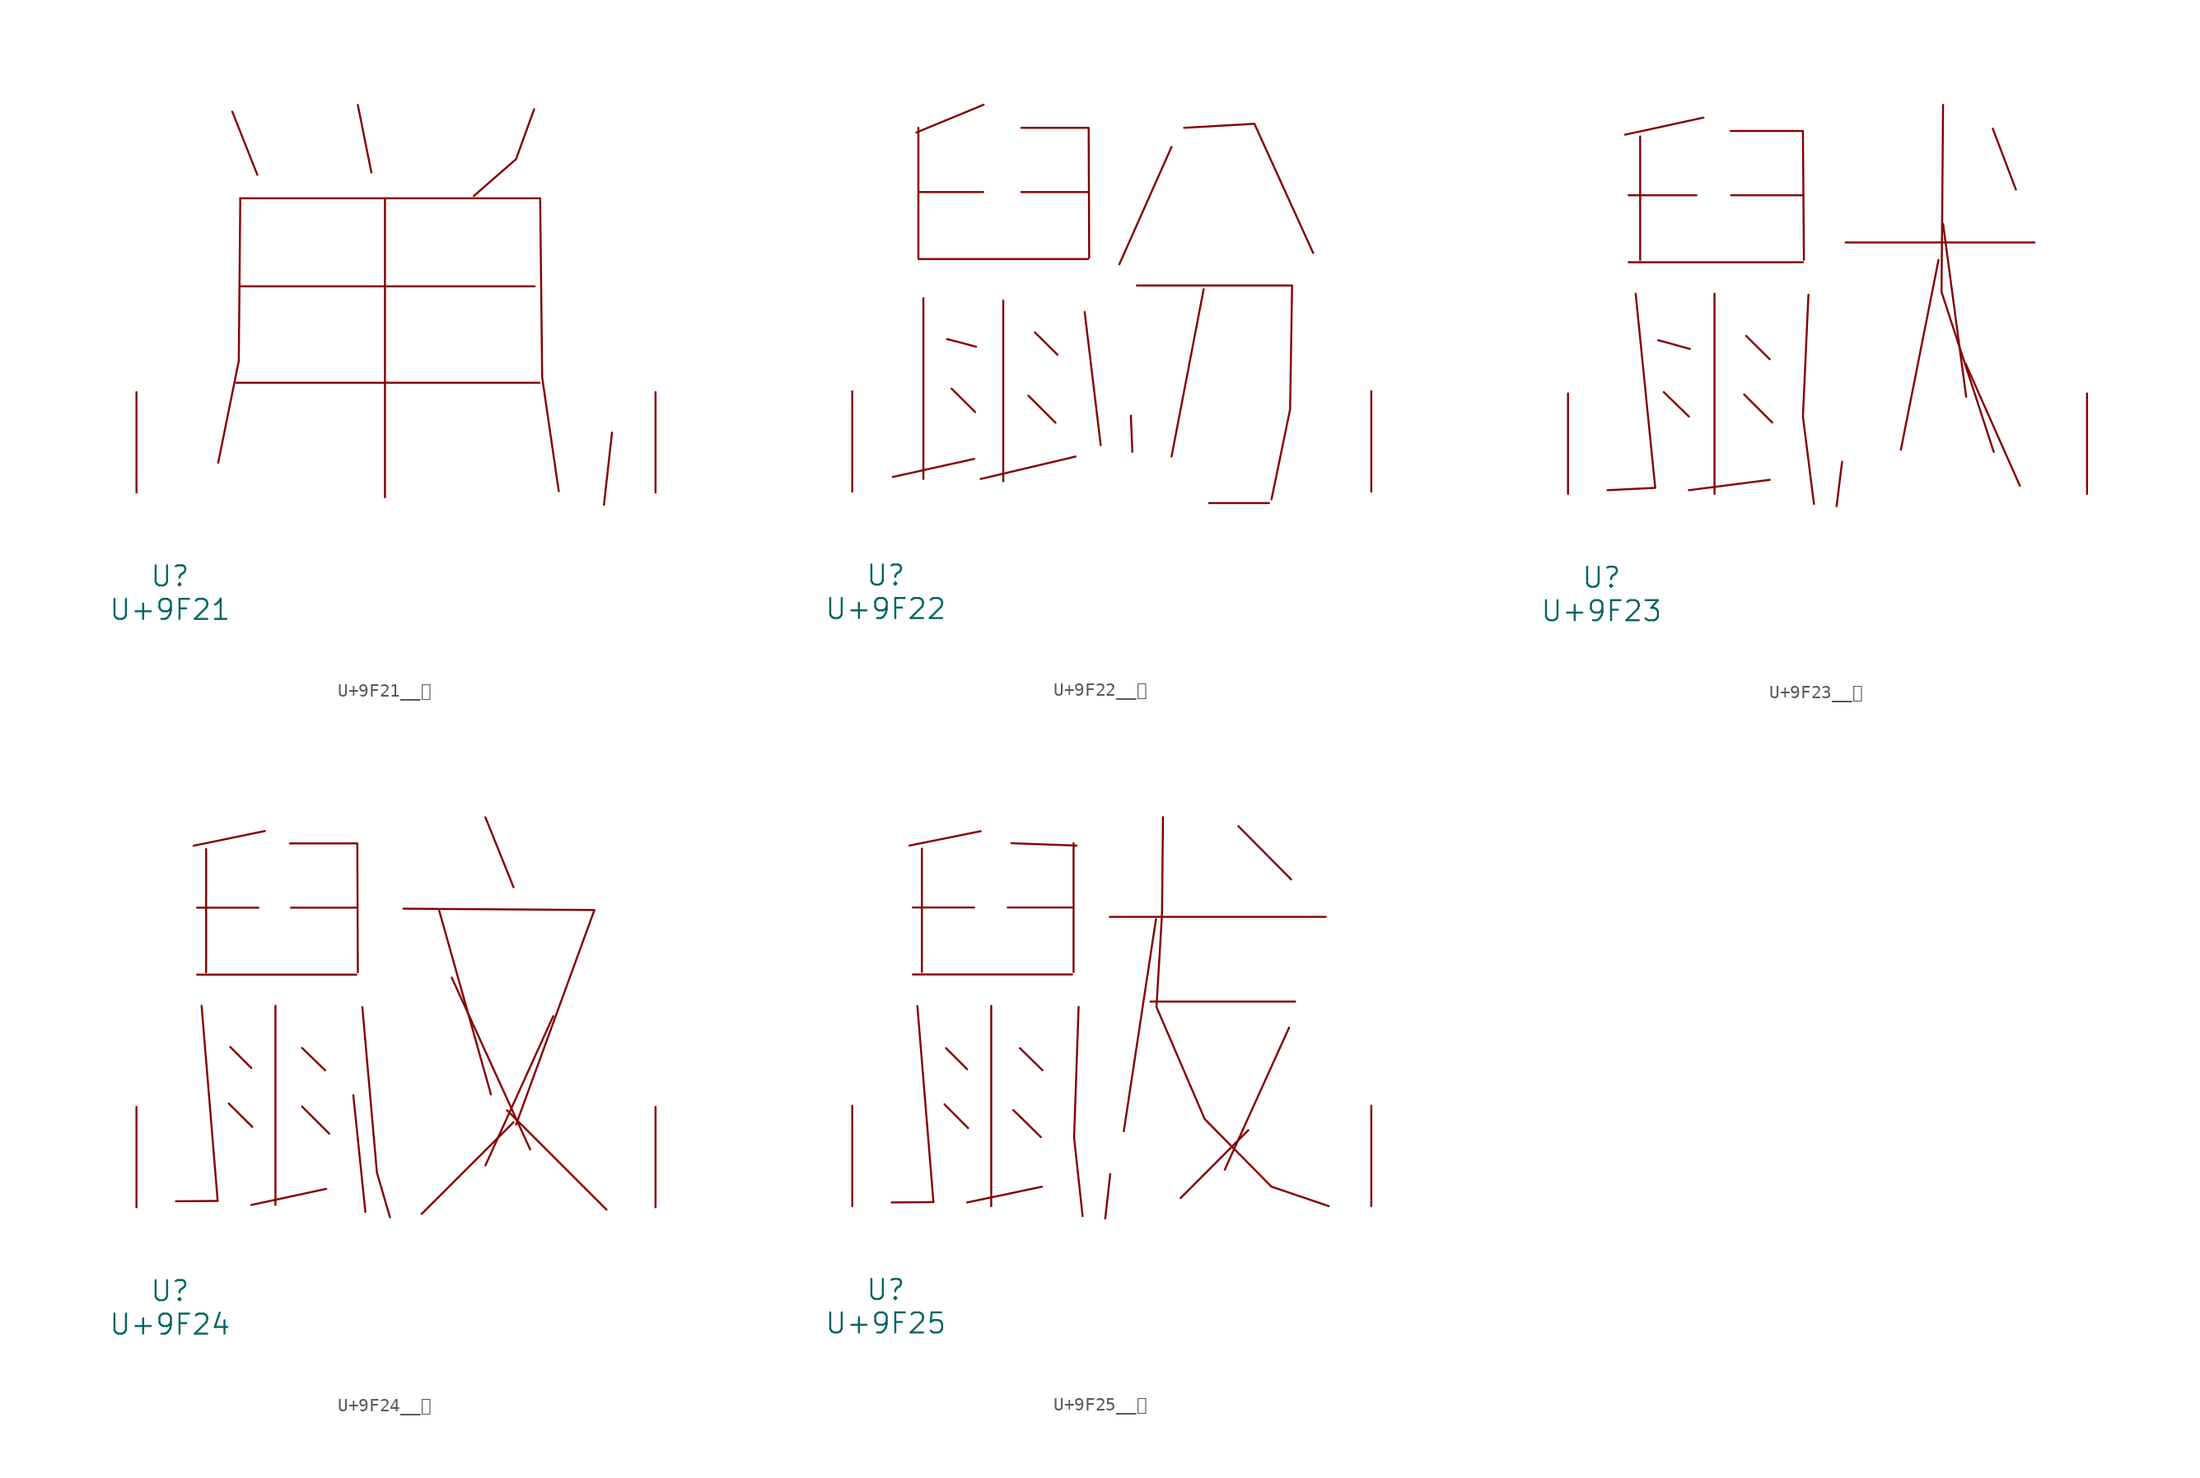
<source format=kicad_sym>
(kicad_symbol_lib
  (version 20231120)
  (generator "kicad_symbol_editor")
  (generator_version "8.0")
  (symbol "U+9F21__鼡"
    (pin_names
      (offset 1.016))
    (property "Reference" "U"
      (at 0 -6.35 0)
      (effects (font (size 1.524 1.524))))
    (property "Value" "U+9F21"
      (at 0 -8.89 0)
      (effects (font (size 1.524 1.524))))
    (symbol "U+9F21__鼡_0_1"
      (polyline (pts (xy 4.724 28.905) (xy 6.629 24.105)) (stroke (width 0) (type solid)) (fill (type none)))
      (polyline (pts (xy 5.029 8.331) (xy 28.042 8.331)) (stroke (width 0) (type solid)) (fill (type none)))
      (polyline (pts (xy 5.334 15.646) (xy 27.661 15.646)) (stroke (width 0) (type solid)) (fill (type none)))
      (polyline (pts (xy 14.249 29.413) (xy 15.278 24.282)) (stroke (width 0) (type solid)) (fill (type none)))
      (polyline (pts (xy 16.307 22.327) (xy 16.307 -0.356)) (stroke (width 0) (type solid)) (fill (type none)))
      (polyline (pts (xy 33.528 4.547) (xy 32.918 -0.94)) (stroke (width 0) (type solid)) (fill (type none)))
      (polyline (pts (xy 5.334 22.327) (xy 5.22 9.982) (xy 3.658 2.261)) (stroke (width 0) (type solid)) (fill (type none)))
      (polyline (pts (xy 27.622 29.083) (xy 26.251 25.298) (xy 23.05 22.504)) (stroke (width 0) (type solid)) (fill (type none)))
      (polyline (pts (xy 5.334 22.327) (xy 28.08 22.327) (xy 28.232 8.738) (xy 29.489 0.102)) (stroke (width 0) (type solid)) (fill (type none)))
      (pin input line (at -2.54 0 90) (length 7.62) (name "~" (effects (font (size 1.27 1.27)))) (number "~" (effects (font (size 1.27 1.27)))))
      (pin input line (at 36.83 0 90) (length 7.62) (name "~" (effects (font (size 1.27 1.27)))) (number "~" (effects (font (size 1.27 1.27)))))))
  (symbol "U+9F22__鼢"
    (pin_names
      (offset 1.016))
    (property "Reference" "U"
      (at 0 -6.35 0)
      (effects (font (size 1.524 1.524))))
    (property "Value" "U+9F22"
      (at 0 -8.89 0)
      (effects (font (size 1.524 1.524))))
    (symbol "U+9F22__鼢_0_1"
      (polyline (pts (xy 2.477 17.653) (xy 15.354 17.653)) (stroke (width 0) (type solid)) (fill (type none)))
      (polyline (pts (xy 2.477 22.733) (xy 7.391 22.733)) (stroke (width 0) (type solid)) (fill (type none)))
      (polyline (pts (xy 2.477 27.61) (xy 2.477 17.755)) (stroke (width 0) (type solid)) (fill (type none)))
      (polyline (pts (xy 2.857 14.681) (xy 2.857 0.965)) (stroke (width 0) (type solid)) (fill (type none)))
      (polyline (pts (xy 4.648 11.582) (xy 6.858 10.998)) (stroke (width 0) (type solid)) (fill (type none)))
      (polyline (pts (xy 4.991 7.823) (xy 6.782 6.045)) (stroke (width 0) (type solid)) (fill (type none)))
      (polyline (pts (xy 6.706 2.489) (xy 0.533 1.118)) (stroke (width 0) (type solid)) (fill (type none)))
      (polyline (pts (xy 7.429 29.362) (xy 2.324 27.254)) (stroke (width 0) (type solid)) (fill (type none)))
      (polyline (pts (xy 8.915 14.503) (xy 8.915 0.787)) (stroke (width 0) (type solid)) (fill (type none)))
      (polyline (pts (xy 10.287 22.733) (xy 15.354 22.733)) (stroke (width 0) (type solid)) (fill (type none)))
      (polyline (pts (xy 10.82 7.29) (xy 12.878 5.232)) (stroke (width 0) (type solid)) (fill (type none)))
      (polyline (pts (xy 11.316 12.09) (xy 13.03 10.389)) (stroke (width 0) (type solid)) (fill (type none)))
      (polyline (pts (xy 14.402 2.667) (xy 7.201 0.965)) (stroke (width 0) (type solid)) (fill (type none)))
      (polyline (pts (xy 15.088 13.64) (xy 16.307 3.531)) (stroke (width 0) (type solid)) (fill (type none)))
      (polyline (pts (xy 18.593 5.766) (xy 18.707 3.023)) (stroke (width 0) (type solid)) (fill (type none)))
      (polyline (pts (xy 21.679 26.162) (xy 17.716 17.247)) (stroke (width 0) (type solid)) (fill (type none)))
      (polyline (pts (xy 24.117 15.367) (xy 21.679 2.667)) (stroke (width 0) (type solid)) (fill (type none)))
      (polyline (pts (xy 24.536 -0.864) (xy 29.07 -0.864)) (stroke (width 0) (type solid)) (fill (type none)))
      (polyline (pts (xy 10.287 27.61) (xy 15.392 27.61) (xy 15.431 17.755)) (stroke (width 0) (type solid)) (fill (type none)))
      (polyline (pts (xy 22.631 27.61) (xy 27.965 27.915) (xy 32.423 18.11)) (stroke (width 0) (type solid)) (fill (type none)))
      (polyline (pts (xy 19.05 15.646) (xy 30.823 15.646) (xy 30.671 6.248) (xy 29.261 -0.584)) (stroke (width 0) (type solid)) (fill (type none)))
      (pin input line (at -2.54 0 90) (length 7.62) (name "~" (effects (font (size 1.27 1.27)))) (number "~" (effects (font (size 1.27 1.27)))))
      (pin input line (at 36.83 0 90) (length 7.62) (name "~" (effects (font (size 1.27 1.27)))) (number "~" (effects (font (size 1.27 1.27)))))))
  (symbol "U+9F23__鼣"
    (pin_names
      (offset 1.016))
    (property "Reference" "U"
      (at 0 -6.35 0)
      (effects (font (size 1.524 1.524))))
    (property "Value" "U+9F23"
      (at 0 -8.89 0)
      (effects (font (size 1.524 1.524))))
    (symbol "U+9F23__鼣_0_1"
      (polyline (pts (xy 2.057 17.577) (xy 15.278 17.577)) (stroke (width 0) (type solid)) (fill (type none)))
      (polyline (pts (xy 2.057 22.657) (xy 7.201 22.657)) (stroke (width 0) (type solid)) (fill (type none)))
      (polyline (pts (xy 2.934 27.127) (xy 2.934 17.755)) (stroke (width 0) (type solid)) (fill (type none)))
      (polyline (pts (xy 4.305 11.659) (xy 6.706 10.998)) (stroke (width 0) (type solid)) (fill (type none)))
      (polyline (pts (xy 4.724 7.722) (xy 6.629 5.867)) (stroke (width 0) (type solid)) (fill (type none)))
      (polyline (pts (xy 7.734 28.55) (xy 1.791 27.254)) (stroke (width 0) (type solid)) (fill (type none)))
      (polyline (pts (xy 8.572 15.189) (xy 8.572 0)) (stroke (width 0) (type solid)) (fill (type none)))
      (polyline (pts (xy 9.83 22.657) (xy 15.278 22.657)) (stroke (width 0) (type solid)) (fill (type none)))
      (polyline (pts (xy 10.82 7.544) (xy 12.954 5.41)) (stroke (width 0) (type solid)) (fill (type none)))
      (polyline (pts (xy 10.973 11.989) (xy 12.764 10.211)) (stroke (width 0) (type solid)) (fill (type none)))
      (polyline (pts (xy 12.764 1.067) (xy 6.629 0.279)) (stroke (width 0) (type solid)) (fill (type none)))
      (polyline (pts (xy 18.25 2.438) (xy 17.831 -0.94)) (stroke (width 0) (type solid)) (fill (type none)))
      (polyline (pts (xy 18.517 19.075) (xy 32.842 19.075)) (stroke (width 0) (type solid)) (fill (type none)))
      (polyline (pts (xy 25.565 17.755) (xy 22.708 3.353)) (stroke (width 0) (type solid)) (fill (type none)))
      (polyline (pts (xy 25.908 20.498) (xy 27.661 7.366)) (stroke (width 0) (type solid)) (fill (type none)))
      (polyline (pts (xy 27.622 9.881) (xy 31.737 0.61)) (stroke (width 0) (type solid)) (fill (type none)))
      (polyline (pts (xy 29.68 27.711) (xy 31.433 23.089)) (stroke (width 0) (type solid)) (fill (type none)))
      (polyline (pts (xy 2.591 15.189) (xy 4.077 0.457) (xy 0.457 0.279)) (stroke (width 0) (type solid)) (fill (type none)))
      (polyline (pts (xy 9.792 27.534) (xy 15.278 27.534) (xy 15.354 17.755)) (stroke (width 0) (type solid)) (fill (type none)))
      (polyline (pts (xy 15.697 15.113) (xy 15.278 5.867) (xy 16.116 -0.762)) (stroke (width 0) (type solid)) (fill (type none)))
      (polyline (pts (xy 25.908 29.515) (xy 25.794 15.316) (xy 29.756 3.175)) (stroke (width 0) (type solid)) (fill (type none)))
      (pin input line (at -2.54 0 90) (length 7.62) (name "~" (effects (font (size 1.27 1.27)))) (number "~" (effects (font (size 1.27 1.27)))))
      (pin input line (at 36.83 0 90) (length 7.62) (name "~" (effects (font (size 1.27 1.27)))) (number "~" (effects (font (size 1.27 1.27)))))))
  (symbol "U+9F24__鼤"
    (pin_names
      (offset 1.016))
    (property "Reference" "U"
      (at 0 -6.35 0)
      (effects (font (size 1.524 1.524))))
    (property "Value" "U+9F24"
      (at 0 -8.89 0)
      (effects (font (size 1.524 1.524))))
    (symbol "U+9F24__鼤_0_1"
      (polyline (pts (xy 2.057 17.653) (xy 14.135 17.653)) (stroke (width 0) (type solid)) (fill (type none)))
      (polyline (pts (xy 2.057 22.733) (xy 6.706 22.733)) (stroke (width 0) (type solid)) (fill (type none)))
      (polyline (pts (xy 2.743 27.178) (xy 2.743 17.831)) (stroke (width 0) (type solid)) (fill (type none)))
      (polyline (pts (xy 4.458 7.874) (xy 6.248 6.096)) (stroke (width 0) (type solid)) (fill (type none)))
      (polyline (pts (xy 4.572 12.167) (xy 6.172 10.566)) (stroke (width 0) (type solid)) (fill (type none)))
      (polyline (pts (xy 7.201 28.55) (xy 1.791 27.432)) (stroke (width 0) (type solid)) (fill (type none)))
      (polyline (pts (xy 8.001 15.291) (xy 8.001 0.178)) (stroke (width 0) (type solid)) (fill (type none)))
      (polyline (pts (xy 9.182 22.733) (xy 14.135 22.733)) (stroke (width 0) (type solid)) (fill (type none)))
      (polyline (pts (xy 10.02 7.645) (xy 12.078 5.588)) (stroke (width 0) (type solid)) (fill (type none)))
      (polyline (pts (xy 10.02 12.09) (xy 11.773 10.389)) (stroke (width 0) (type solid)) (fill (type none)))
      (polyline (pts (xy 11.849 1.397) (xy 6.172 0.178)) (stroke (width 0) (type solid)) (fill (type none)))
      (polyline (pts (xy 13.906 8.509) (xy 14.821 -0.356)) (stroke (width 0) (type solid)) (fill (type none)))
      (polyline (pts (xy 20.422 22.504) (xy 24.346 8.56)) (stroke (width 0) (type solid)) (fill (type none)))
      (polyline (pts (xy 21.374 17.424) (xy 27.318 4.394)) (stroke (width 0) (type solid)) (fill (type none)))
      (polyline (pts (xy 23.927 29.591) (xy 26.06 24.282)) (stroke (width 0) (type solid)) (fill (type none)))
      (polyline (pts (xy 25.565 7.366) (xy 33.109 -0.178)) (stroke (width 0) (type solid)) (fill (type none)))
      (polyline (pts (xy 26.06 6.452) (xy 19.088 -0.508)) (stroke (width 0) (type solid)) (fill (type none)))
      (polyline (pts (xy 29.07 14.503) (xy 23.927 3.175)) (stroke (width 0) (type solid)) (fill (type none)))
      (polyline (pts (xy 2.4 15.291) (xy 3.619 0.483) (xy 0.457 0.457)) (stroke (width 0) (type solid)) (fill (type none)))
      (polyline (pts (xy 9.106 27.61) (xy 14.211 27.61) (xy 14.249 17.831)) (stroke (width 0) (type solid)) (fill (type none)))
      (polyline (pts (xy 14.592 15.189) (xy 15.697 2.642) (xy 16.688 -0.762)) (stroke (width 0) (type solid)) (fill (type none)))
      (polyline (pts (xy 17.716 22.657) (xy 32.194 22.555) (xy 26.251 6.274)) (stroke (width 0) (type solid)) (fill (type none)))
      (pin input line (at -2.54 0 90) (length 7.62) (name "~" (effects (font (size 1.27 1.27)))) (number "~" (effects (font (size 1.27 1.27)))))
      (pin input line (at 36.83 0 90) (length 7.62) (name "~" (effects (font (size 1.27 1.27)))) (number "~" (effects (font (size 1.27 1.27)))))))
  (symbol "U+9F25__鼥"
    (pin_names
      (offset 1.016))
    (property "Reference" "U"
      (at 0 -6.35 0)
      (effects (font (size 1.524 1.524))))
    (property "Value" "U+9F25"
      (at 0 -8.89 0)
      (effects (font (size 1.524 1.524))))
    (symbol "U+9F25__鼥_0_1"
      (polyline (pts (xy 2.057 17.577) (xy 14.135 17.577)) (stroke (width 0) (type solid)) (fill (type none)))
      (polyline (pts (xy 2.057 22.657) (xy 6.706 22.657)) (stroke (width 0) (type solid)) (fill (type none)))
      (polyline (pts (xy 2.743 27.127) (xy 2.743 17.755)) (stroke (width 0) (type solid)) (fill (type none)))
      (polyline (pts (xy 4.458 7.722) (xy 6.248 5.918)) (stroke (width 0) (type solid)) (fill (type none)))
      (polyline (pts (xy 4.572 11.989) (xy 6.172 10.389)) (stroke (width 0) (type solid)) (fill (type none)))
      (polyline (pts (xy 7.201 28.448) (xy 1.791 27.356)) (stroke (width 0) (type solid)) (fill (type none)))
      (polyline (pts (xy 8.001 15.189) (xy 8.001 0)) (stroke (width 0) (type solid)) (fill (type none)))
      (polyline (pts (xy 9.258 22.657) (xy 14.135 22.657)) (stroke (width 0) (type solid)) (fill (type none)))
      (polyline (pts (xy 9.525 27.534) (xy 14.478 27.356)) (stroke (width 0) (type solid)) (fill (type none)))
      (polyline (pts (xy 9.677 7.29) (xy 11.773 5.232)) (stroke (width 0) (type solid)) (fill (type none)))
      (polyline (pts (xy 10.173 11.989) (xy 11.887 10.312)) (stroke (width 0) (type solid)) (fill (type none)))
      (polyline (pts (xy 11.849 1.473) (xy 6.172 0.279)) (stroke (width 0) (type solid)) (fill (type none)))
      (polyline (pts (xy 14.249 27.534) (xy 14.249 17.755)) (stroke (width 0) (type solid)) (fill (type none)))
      (polyline (pts (xy 16.993 21.946) (xy 33.376 21.946)) (stroke (width 0) (type solid)) (fill (type none)))
      (polyline (pts (xy 17.031 2.438) (xy 16.65 -0.94)) (stroke (width 0) (type solid)) (fill (type none)))
      (polyline (pts (xy 20.079 15.519) (xy 31.052 15.519)) (stroke (width 0) (type solid)) (fill (type none)))
      (polyline (pts (xy 20.498 21.768) (xy 18.059 5.69)) (stroke (width 0) (type solid)) (fill (type none)))
      (polyline (pts (xy 26.746 28.829) (xy 30.747 24.79)) (stroke (width 0) (type solid)) (fill (type none)))
      (polyline (pts (xy 27.508 5.766) (xy 22.365 0.61)) (stroke (width 0) (type solid)) (fill (type none)))
      (polyline (pts (xy 30.594 13.538) (xy 25.718 2.769)) (stroke (width 0) (type solid)) (fill (type none)))
      (polyline (pts (xy 2.4 15.189) (xy 3.619 0.305) (xy 0.457 0.279)) (stroke (width 0) (type solid)) (fill (type none)))
      (polyline (pts (xy 14.63 15.113) (xy 14.287 5.182) (xy 14.935 -0.762)) (stroke (width 0) (type solid)) (fill (type none)))
      (polyline (pts (xy 21.031 29.515) (xy 20.955 22.123) (xy 20.536 15.113) (xy 24.194 6.604) (xy 29.261 1.473) (xy 33.604 0)) (stroke (width 0) (type solid)) (fill (type none)))
      (pin input line (at -2.54 0 90) (length 7.62) (name "~" (effects (font (size 1.27 1.27)))) (number "~" (effects (font (size 1.27 1.27)))))
      (pin input line (at 36.83 0 90) (length 7.62) (name "~" (effects (font (size 1.27 1.27)))) (number "~" (effects (font (size 1.27 1.27))))))))
</source>
